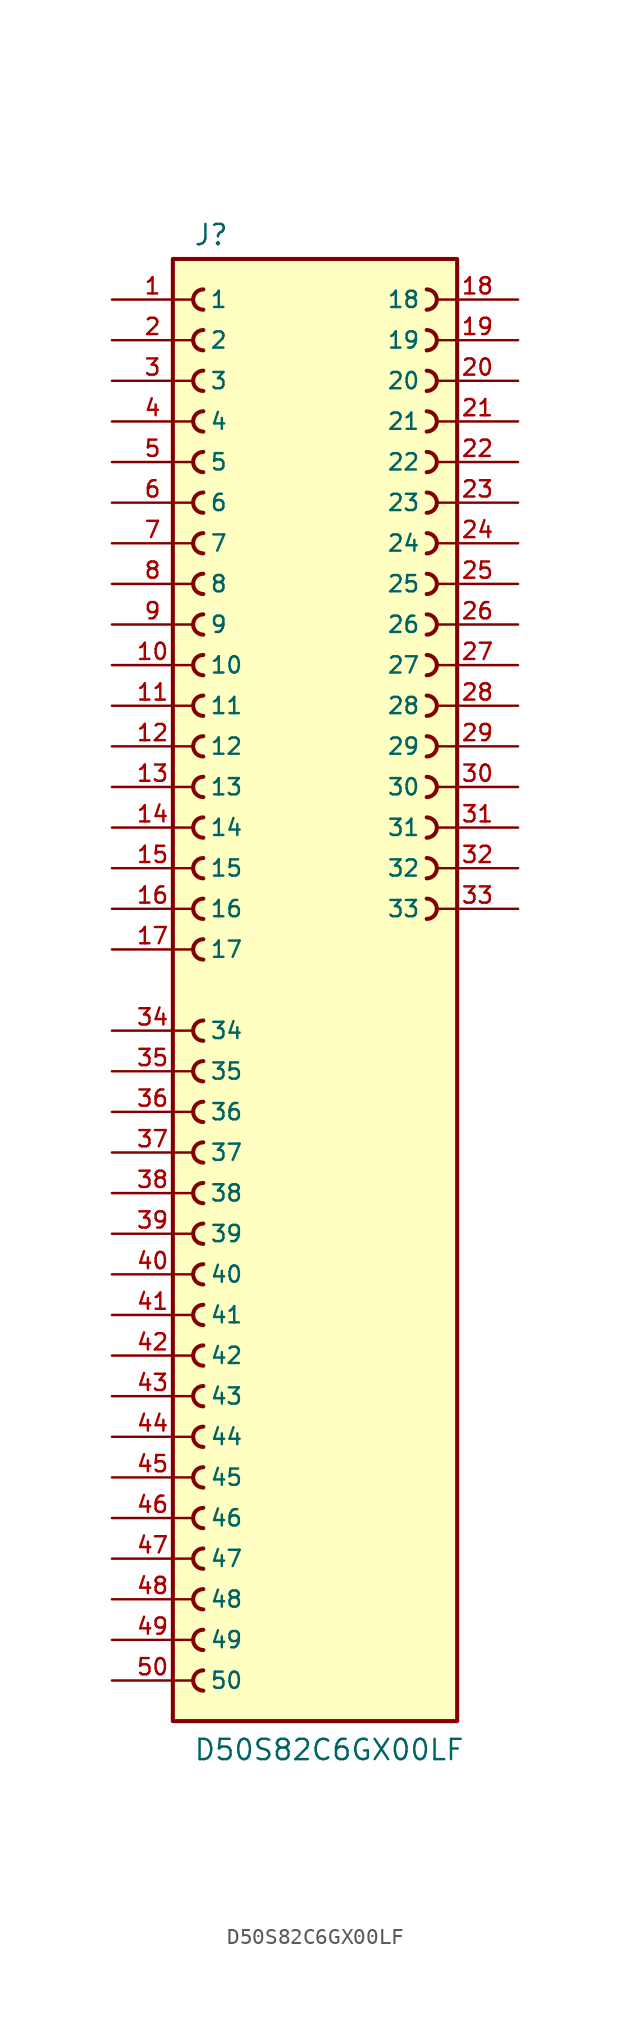
<source format=kicad_sym>
(kicad_symbol_lib
  (version 20211014)
  (generator kicad_symbol_editor)
  (symbol "D50S82C6GX00LF"
    (pin_names
      (offset 1.016))
    (property "Reference" "J"
      (at -7.62 46.482 0)
      (effects (font (size 1.27 1.27)) (justify bottom left)))
    (property "Value" "D50S82C6GX00LF"
      (at -7.62 -48.26 0)
      (effects (font (size 1.27 1.27)) (justify bottom left)))
    (symbol "D50S82C6GX00LF_0_0"
      (arc (start -6.985 20.955) (mid -7.62 20.32) (end -6.985 19.685) (stroke (width 0.254) (type default) (color 0 0 0 0)) (fill (type none)))
      (arc (start -6.985 23.495) (mid -7.62 22.86) (end -6.985 22.225) (stroke (width 0.254) (type default) (color 0 0 0 0)) (fill (type none)))
      (arc (start -6.985 26.035) (mid -7.62 25.4) (end -6.985 24.765) (stroke (width 0.254) (type default) (color 0 0 0 0)) (fill (type none)))
      (arc (start -6.985 28.575) (mid -7.62 27.94) (end -6.985 27.305) (stroke (width 0.254) (type default) (color 0 0 0 0)) (fill (type none)))
      (arc (start -6.985 31.115) (mid -7.62 30.48) (end -6.985 29.845) (stroke (width 0.254) (type default) (color 0 0 0 0)) (fill (type none)))
      (arc (start -6.985 33.655) (mid -7.62 33.02) (end -6.985 32.385) (stroke (width 0.254) (type default) (color 0 0 0 0)) (fill (type none)))
      (arc (start -6.985 36.195) (mid -7.62 35.56) (end -6.985 34.925) (stroke (width 0.254) (type default) (color 0 0 0 0)) (fill (type none)))
      (arc (start -6.985 38.735) (mid -7.62 38.1) (end -6.985 37.465) (stroke (width 0.254) (type default) (color 0 0 0 0)) (fill (type none)))
      (arc (start -6.985 41.275) (mid -7.62 40.64) (end -6.985 40.005) (stroke (width 0.254) (type default) (color 0 0 0 0)) (fill (type none)))
      (arc (start -6.985 43.815) (mid -7.62 43.18) (end -6.985 42.545) (stroke (width 0.254) (type default) (color 0 0 0 0)) (fill (type none)))
      (arc (start -6.985 3.175) (mid -7.62 2.54) (end -6.985 1.905) (stroke (width 0.254) (type default) (color 0 0 0 0)) (fill (type none)))
      (arc (start -6.985 5.715) (mid -7.62 5.08) (end -6.985 4.445) (stroke (width 0.254) (type default) (color 0 0 0 0)) (fill (type none)))
      (arc (start -6.985 8.255) (mid -7.62 7.62) (end -6.985 6.985) (stroke (width 0.254) (type default) (color 0 0 0 0)) (fill (type none)))
      (arc (start -6.985 10.795) (mid -7.62 10.16) (end -6.985 9.525) (stroke (width 0.254) (type default) (color 0 0 0 0)) (fill (type none)))
      (arc (start -6.985 13.335) (mid -7.62 12.7) (end -6.985 12.065) (stroke (width 0.254) (type default) (color 0 0 0 0)) (fill (type none)))
      (arc (start -6.985 15.875) (mid -7.62 15.24) (end -6.985 14.605) (stroke (width 0.254) (type default) (color 0 0 0 0)) (fill (type none)))
      (arc (start -6.985 18.415) (mid -7.62 17.78) (end -6.985 17.145) (stroke (width 0.254) (type default) (color 0 0 0 0)) (fill (type none)))
      (arc (start 6.985 20.955) (mid 7.62 20.32) (end 6.985 19.685) (stroke (width 0.254) (type default) (color 0 0 0 0)) (fill (type none)))
      (arc (start 6.985 23.495) (mid 7.62 22.86) (end 6.985 22.225) (stroke (width 0.254) (type default) (color 0 0 0 0)) (fill (type none)))
      (arc (start 6.985 26.035) (mid 7.62 25.4) (end 6.985 24.765) (stroke (width 0.254) (type default) (color 0 0 0 0)) (fill (type none)))
      (arc (start 6.985 28.575) (mid 7.62 27.94) (end 6.985 27.305) (stroke (width 0.254) (type default) (color 0 0 0 0)) (fill (type none)))
      (arc (start 6.985 31.115) (mid 7.62 30.48) (end 6.985 29.845) (stroke (width 0.254) (type default) (color 0 0 0 0)) (fill (type none)))
      (arc (start 6.985 33.655) (mid 7.62 33.02) (end 6.985 32.385) (stroke (width 0.254) (type default) (color 0 0 0 0)) (fill (type none)))
      (arc (start 6.985 36.195) (mid 7.62 35.56) (end 6.985 34.925) (stroke (width 0.254) (type default) (color 0 0 0 0)) (fill (type none)))
      (arc (start 6.985 38.735) (mid 7.62 38.1) (end 6.985 37.465) (stroke (width 0.254) (type default) (color 0 0 0 0)) (fill (type none)))
      (arc (start 6.985 41.275) (mid 7.62 40.64) (end 6.985 40.005) (stroke (width 0.254) (type default) (color 0 0 0 0)) (fill (type none)))
      (arc (start 6.985 43.815) (mid 7.62 43.18) (end 6.985 42.545) (stroke (width 0.254) (type default) (color 0 0 0 0)) (fill (type none)))
      (arc (start 6.985 5.715) (mid 7.62 5.08) (end 6.985 4.445) (stroke (width 0.254) (type default) (color 0 0 0 0)) (fill (type none)))
      (arc (start 6.985 8.255) (mid 7.62 7.62) (end 6.985 6.985) (stroke (width 0.254) (type default) (color 0 0 0 0)) (fill (type none)))
      (arc (start 6.985 10.795) (mid 7.62 10.16) (end 6.985 9.525) (stroke (width 0.254) (type default) (color 0 0 0 0)) (fill (type none)))
      (arc (start 6.985 13.335) (mid 7.62 12.7) (end 6.985 12.065) (stroke (width 0.254) (type default) (color 0 0 0 0)) (fill (type none)))
      (arc (start 6.985 15.875) (mid 7.62 15.24) (end 6.985 14.605) (stroke (width 0.254) (type default) (color 0 0 0 0)) (fill (type none)))
      (arc (start 6.985 18.415) (mid 7.62 17.78) (end 6.985 17.145) (stroke (width 0.254) (type default) (color 0 0 0 0)) (fill (type none)))
      (arc (start -6.985 -24.765) (mid -7.62 -25.4) (end -6.985 -26.035) (stroke (width 0.254) (type default) (color 0 0 0 0)) (fill (type none)))
      (arc (start -6.985 -22.225) (mid -7.62 -22.86) (end -6.985 -23.495) (stroke (width 0.254) (type default) (color 0 0 0 0)) (fill (type none)))
      (arc (start -6.985 -19.685) (mid -7.62 -20.32) (end -6.985 -20.955) (stroke (width 0.254) (type default) (color 0 0 0 0)) (fill (type none)))
      (arc (start -6.985 -17.145) (mid -7.62 -17.78) (end -6.985 -18.415) (stroke (width 0.254) (type default) (color 0 0 0 0)) (fill (type none)))
      (arc (start -6.985 -14.605) (mid -7.62 -15.24) (end -6.985 -15.875) (stroke (width 0.254) (type default) (color 0 0 0 0)) (fill (type none)))
      (arc (start -6.985 -12.065) (mid -7.62 -12.7) (end -6.985 -13.335) (stroke (width 0.254) (type default) (color 0 0 0 0)) (fill (type none)))
      (arc (start -6.985 -9.525) (mid -7.62 -10.16) (end -6.985 -10.795) (stroke (width 0.254) (type default) (color 0 0 0 0)) (fill (type none)))
      (arc (start -6.985 -6.985) (mid -7.62 -7.62) (end -6.985 -8.255) (stroke (width 0.254) (type default) (color 0 0 0 0)) (fill (type none)))
      (arc (start -6.985 -4.445) (mid -7.62 -5.08) (end -6.985 -5.715) (stroke (width 0.254) (type default) (color 0 0 0 0)) (fill (type none)))
      (arc (start -6.985 -1.905) (mid -7.62 -2.54) (end -6.985 -3.175) (stroke (width 0.254) (type default) (color 0 0 0 0)) (fill (type none)))
      (arc (start -6.985 -42.545) (mid -7.62 -43.18) (end -6.985 -43.815) (stroke (width 0.254) (type default) (color 0 0 0 0)) (fill (type none)))
      (arc (start -6.985 -40.005) (mid -7.62 -40.64) (end -6.985 -41.275) (stroke (width 0.254) (type default) (color 0 0 0 0)) (fill (type none)))
      (arc (start -6.985 -37.465) (mid -7.62 -38.1) (end -6.985 -38.735) (stroke (width 0.254) (type default) (color 0 0 0 0)) (fill (type none)))
      (arc (start -6.985 -34.925) (mid -7.62 -35.56) (end -6.985 -36.195) (stroke (width 0.254) (type default) (color 0 0 0 0)) (fill (type none)))
      (arc (start -6.985 -32.385) (mid -7.62 -33.02) (end -6.985 -33.655) (stroke (width 0.254) (type default) (color 0 0 0 0)) (fill (type none)))
      (arc (start -6.985 -29.845) (mid -7.62 -30.48) (end -6.985 -31.115) (stroke (width 0.254) (type default) (color 0 0 0 0)) (fill (type none)))
      (arc (start -6.985 -27.305) (mid -7.62 -27.94) (end -6.985 -28.575) (stroke (width 0.254) (type default) (color 0 0 0 0)) (fill (type none)))
      (rectangle (start -8.89 -45.72) (end 8.89 45.72) (stroke (width 0.254)) (fill (type background)))
      (pin passive line (at -12.7 43.18 0) (length 5.08) (name "1" (effects (font (size 1.016 1.016)))) (number "1" (effects (font (size 1.016 1.016)))))
      (pin passive line (at -12.7 40.64 0) (length 5.08) (name "2" (effects (font (size 1.016 1.016)))) (number "2" (effects (font (size 1.016 1.016)))))
      (pin passive line (at -12.7 38.1 0) (length 5.08) (name "3" (effects (font (size 1.016 1.016)))) (number "3" (effects (font (size 1.016 1.016)))))
      (pin passive line (at -12.7 35.56 0) (length 5.08) (name "4" (effects (font (size 1.016 1.016)))) (number "4" (effects (font (size 1.016 1.016)))))
      (pin passive line (at -12.7 33.02 0) (length 5.08) (name "5" (effects (font (size 1.016 1.016)))) (number "5" (effects (font (size 1.016 1.016)))))
      (pin passive line (at -12.7 30.48 0) (length 5.08) (name "6" (effects (font (size 1.016 1.016)))) (number "6" (effects (font (size 1.016 1.016)))))
      (pin passive line (at -12.7 27.94 0) (length 5.08) (name "7" (effects (font (size 1.016 1.016)))) (number "7" (effects (font (size 1.016 1.016)))))
      (pin passive line (at -12.7 25.4 0) (length 5.08) (name "8" (effects (font (size 1.016 1.016)))) (number "8" (effects (font (size 1.016 1.016)))))
      (pin passive line (at -12.7 22.86 0) (length 5.08) (name "9" (effects (font (size 1.016 1.016)))) (number "9" (effects (font (size 1.016 1.016)))))
      (pin passive line (at -12.7 20.32 0) (length 5.08) (name "10" (effects (font (size 1.016 1.016)))) (number "10" (effects (font (size 1.016 1.016)))))
      (pin passive line (at -12.7 17.78 0) (length 5.08) (name "11" (effects (font (size 1.016 1.016)))) (number "11" (effects (font (size 1.016 1.016)))))
      (pin passive line (at -12.7 15.24 0) (length 5.08) (name "12" (effects (font (size 1.016 1.016)))) (number "12" (effects (font (size 1.016 1.016)))))
      (pin passive line (at -12.7 12.7 0) (length 5.08) (name "13" (effects (font (size 1.016 1.016)))) (number "13" (effects (font (size 1.016 1.016)))))
      (pin passive line (at -12.7 10.16 0) (length 5.08) (name "14" (effects (font (size 1.016 1.016)))) (number "14" (effects (font (size 1.016 1.016)))))
      (pin passive line (at -12.7 7.62 0) (length 5.08) (name "15" (effects (font (size 1.016 1.016)))) (number "15" (effects (font (size 1.016 1.016)))))
      (pin passive line (at -12.7 5.08 0) (length 5.08) (name "16" (effects (font (size 1.016 1.016)))) (number "16" (effects (font (size 1.016 1.016)))))
      (pin passive line (at -12.7 2.54 0) (length 5.08) (name "17" (effects (font (size 1.016 1.016)))) (number "17" (effects (font (size 1.016 1.016)))))
      (pin passive line (at 12.7 43.18 180.0) (length 5.08) (name "18" (effects (font (size 1.016 1.016)))) (number "18" (effects (font (size 1.016 1.016)))))
      (pin passive line (at 12.7 40.64 180.0) (length 5.08) (name "19" (effects (font (size 1.016 1.016)))) (number "19" (effects (font (size 1.016 1.016)))))
      (pin passive line (at 12.7 38.1 180.0) (length 5.08) (name "20" (effects (font (size 1.016 1.016)))) (number "20" (effects (font (size 1.016 1.016)))))
      (pin passive line (at 12.7 35.56 180.0) (length 5.08) (name "21" (effects (font (size 1.016 1.016)))) (number "21" (effects (font (size 1.016 1.016)))))
      (pin passive line (at 12.7 33.02 180.0) (length 5.08) (name "22" (effects (font (size 1.016 1.016)))) (number "22" (effects (font (size 1.016 1.016)))))
      (pin passive line (at 12.7 30.48 180.0) (length 5.08) (name "23" (effects (font (size 1.016 1.016)))) (number "23" (effects (font (size 1.016 1.016)))))
      (pin passive line (at 12.7 27.94 180.0) (length 5.08) (name "24" (effects (font (size 1.016 1.016)))) (number "24" (effects (font (size 1.016 1.016)))))
      (pin passive line (at 12.7 25.4 180.0) (length 5.08) (name "25" (effects (font (size 1.016 1.016)))) (number "25" (effects (font (size 1.016 1.016)))))
      (pin passive line (at 12.7 22.86 180.0) (length 5.08) (name "26" (effects (font (size 1.016 1.016)))) (number "26" (effects (font (size 1.016 1.016)))))
      (pin passive line (at 12.7 20.32 180.0) (length 5.08) (name "27" (effects (font (size 1.016 1.016)))) (number "27" (effects (font (size 1.016 1.016)))))
      (pin passive line (at 12.7 17.78 180.0) (length 5.08) (name "28" (effects (font (size 1.016 1.016)))) (number "28" (effects (font (size 1.016 1.016)))))
      (pin passive line (at 12.7 15.24 180.0) (length 5.08) (name "29" (effects (font (size 1.016 1.016)))) (number "29" (effects (font (size 1.016 1.016)))))
      (pin passive line (at 12.7 12.7 180.0) (length 5.08) (name "30" (effects (font (size 1.016 1.016)))) (number "30" (effects (font (size 1.016 1.016)))))
      (pin passive line (at 12.7 10.16 180.0) (length 5.08) (name "31" (effects (font (size 1.016 1.016)))) (number "31" (effects (font (size 1.016 1.016)))))
      (pin passive line (at 12.7 7.62 180.0) (length 5.08) (name "32" (effects (font (size 1.016 1.016)))) (number "32" (effects (font (size 1.016 1.016)))))
      (pin passive line (at 12.7 5.08 180.0) (length 5.08) (name "33" (effects (font (size 1.016 1.016)))) (number "33" (effects (font (size 1.016 1.016)))))
      (pin passive line (at -12.7 -2.54 0) (length 5.08) (name "34" (effects (font (size 1.016 1.016)))) (number "34" (effects (font (size 1.016 1.016)))))
      (pin passive line (at -12.7 -5.08 0) (length 5.08) (name "35" (effects (font (size 1.016 1.016)))) (number "35" (effects (font (size 1.016 1.016)))))
      (pin passive line (at -12.7 -7.62 0) (length 5.08) (name "36" (effects (font (size 1.016 1.016)))) (number "36" (effects (font (size 1.016 1.016)))))
      (pin passive line (at -12.7 -10.16 0) (length 5.08) (name "37" (effects (font (size 1.016 1.016)))) (number "37" (effects (font (size 1.016 1.016)))))
      (pin passive line (at -12.7 -12.7 0) (length 5.08) (name "38" (effects (font (size 1.016 1.016)))) (number "38" (effects (font (size 1.016 1.016)))))
      (pin passive line (at -12.7 -15.24 0) (length 5.08) (name "39" (effects (font (size 1.016 1.016)))) (number "39" (effects (font (size 1.016 1.016)))))
      (pin passive line (at -12.7 -17.78 0) (length 5.08) (name "40" (effects (font (size 1.016 1.016)))) (number "40" (effects (font (size 1.016 1.016)))))
      (pin passive line (at -12.7 -20.32 0) (length 5.08) (name "41" (effects (font (size 1.016 1.016)))) (number "41" (effects (font (size 1.016 1.016)))))
      (pin passive line (at -12.7 -22.86 0) (length 5.08) (name "42" (effects (font (size 1.016 1.016)))) (number "42" (effects (font (size 1.016 1.016)))))
      (pin passive line (at -12.7 -25.4 0) (length 5.08) (name "43" (effects (font (size 1.016 1.016)))) (number "43" (effects (font (size 1.016 1.016)))))
      (pin passive line (at -12.7 -27.94 0) (length 5.08) (name "44" (effects (font (size 1.016 1.016)))) (number "44" (effects (font (size 1.016 1.016)))))
      (pin passive line (at -12.7 -30.48 0) (length 5.08) (name "45" (effects (font (size 1.016 1.016)))) (number "45" (effects (font (size 1.016 1.016)))))
      (pin passive line (at -12.7 -33.02 0) (length 5.08) (name "46" (effects (font (size 1.016 1.016)))) (number "46" (effects (font (size 1.016 1.016)))))
      (pin passive line (at -12.7 -35.56 0) (length 5.08) (name "47" (effects (font (size 1.016 1.016)))) (number "47" (effects (font (size 1.016 1.016)))))
      (pin passive line (at -12.7 -38.1 0) (length 5.08) (name "48" (effects (font (size 1.016 1.016)))) (number "48" (effects (font (size 1.016 1.016)))))
      (pin passive line (at -12.7 -40.64 0) (length 5.08) (name "49" (effects (font (size 1.016 1.016)))) (number "49" (effects (font (size 1.016 1.016)))))
      (pin passive line (at -12.7 -43.18 0) (length 5.08) (name "50" (effects (font (size 1.016 1.016)))) (number "50" (effects (font (size 1.016 1.016))))))))
</source>
